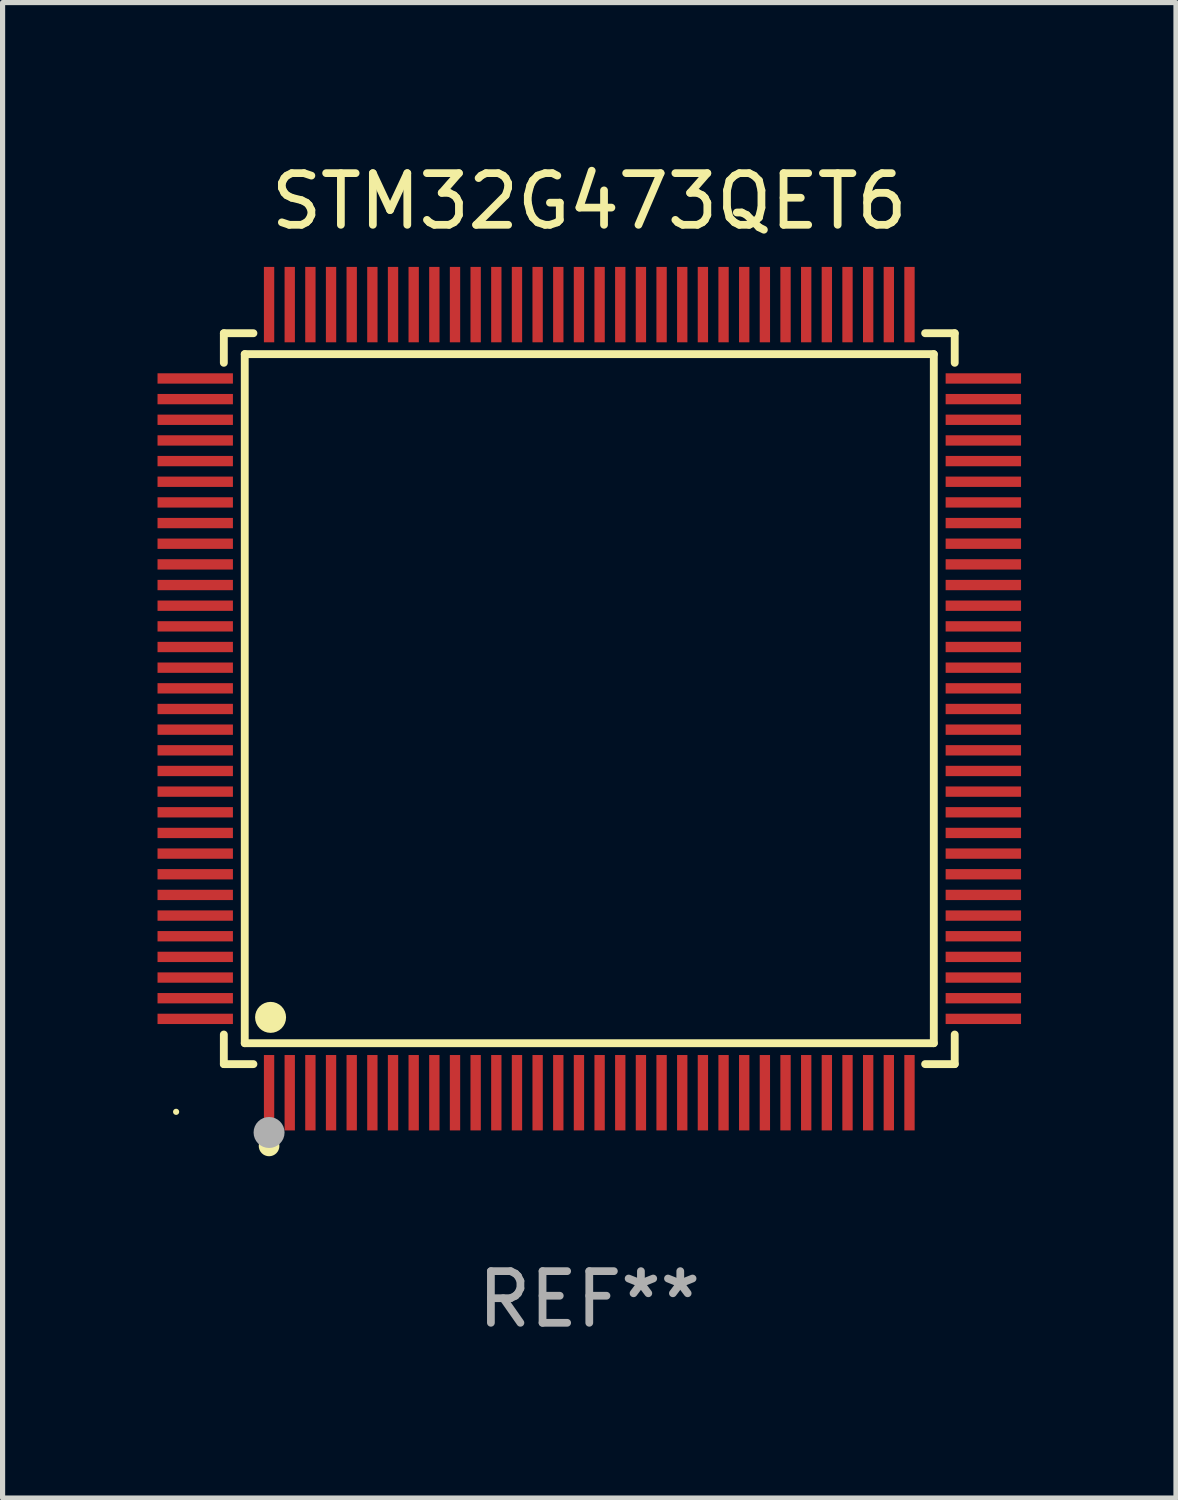
<source format=kicad_pcb>
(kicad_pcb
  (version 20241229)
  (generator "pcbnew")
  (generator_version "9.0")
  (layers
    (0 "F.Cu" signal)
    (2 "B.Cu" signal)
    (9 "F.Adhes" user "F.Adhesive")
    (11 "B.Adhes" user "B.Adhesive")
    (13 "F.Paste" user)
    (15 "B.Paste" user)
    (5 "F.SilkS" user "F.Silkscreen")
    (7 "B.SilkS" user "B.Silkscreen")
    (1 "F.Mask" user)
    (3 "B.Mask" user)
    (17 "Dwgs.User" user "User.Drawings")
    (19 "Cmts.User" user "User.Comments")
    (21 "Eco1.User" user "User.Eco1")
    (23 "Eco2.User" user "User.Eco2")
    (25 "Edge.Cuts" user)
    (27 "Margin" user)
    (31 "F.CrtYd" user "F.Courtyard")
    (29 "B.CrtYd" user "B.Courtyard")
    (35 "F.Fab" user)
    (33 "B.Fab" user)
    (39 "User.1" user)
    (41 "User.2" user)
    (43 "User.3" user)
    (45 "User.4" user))
  (footprint "STM32G473QET6"
    (layer "F.Cu")
    (at 8.36 10.478)
    (property "Reference" "STM32G473QET6" (at 0 -9.63 0) (layer "F.SilkS") (effects (font (size 1 1) (thickness 0.15))))
    (attr through_hole)
    (fp_line (start -7.076 -7.076) (end -6.503 -7.076) (stroke (width 0.152) (type solid)) (layer "F.SilkS"))
    (fp_line (start -7.076 -6.503) (end -7.076 -7.076) (stroke (width 0.152) (type solid)) (layer "F.SilkS"))
    (fp_line (start -7.076 6.503) (end -7.076 7.076) (stroke (width 0.152) (type solid)) (layer "F.SilkS"))
    (fp_line (start -7.076 7.076) (end -6.503 7.076) (stroke (width 0.152) (type solid)) (layer "F.SilkS"))
    (fp_line (start -6.671 -6.671) (end 6.671 -6.671) (stroke (width 0.152) (type solid)) (layer "F.SilkS"))
    (fp_line (start -6.671 6.671) (end -6.671 -6.671) (stroke (width 0.152) (type solid)) (layer "F.SilkS"))
    (fp_line (start 6.671 -6.671) (end 6.671 6.671) (stroke (width 0.152) (type solid)) (layer "F.SilkS"))
    (fp_line (start 6.671 6.671) (end -6.671 6.671) (stroke (width 0.152) (type solid)) (layer "F.SilkS"))
    (fp_line (start 7.076 -7.076) (end 6.503 -7.076) (stroke (width 0.152) (type solid)) (layer "F.SilkS"))
    (fp_line (start 7.076 -6.503) (end 7.076 -7.076) (stroke (width 0.152) (type solid)) (layer "F.SilkS"))
    (fp_line (start 7.076 6.503) (end 7.076 7.076) (stroke (width 0.152) (type solid)) (layer "F.SilkS"))
    (fp_line (start 7.076 7.076) (end 6.503 7.076) (stroke (width 0.152) (type solid)) (layer "F.SilkS"))
    (fp_circle (center -8 8) (end -7.97 8) (stroke (width 0.06) (type solid)) (fill no) (layer "F.SilkS"))
    (fp_circle (center -6.2 8.66) (end -6.1 8.66) (stroke (width 0.2) (type solid)) (fill no) (layer "F.SilkS"))
    (fp_circle (center -6.171 6.171) (end -6.021 6.171) (stroke (width 0.3) (type solid)) (fill no) (layer "F.SilkS"))
    (fp_circle (center -6.2 8.4) (end -6.05 8.4) (stroke (width 0.3) (type solid)) (fill no) (layer "F.Fab"))
    (fp_text user "REF**" (at 0 11.63 0) (layer "F.Fab") (effects (font (size 1 1) (thickness 0.15))))
    (pad "1" smd rect (at -6.2 7.63) (size 0.2 1.46) (layers "F.Cu" "F.Mask" "F.Paste"))
    (pad "2" smd rect (at -5.8 7.63) (size 0.2 1.46) (layers "F.Cu" "F.Mask" "F.Paste"))
    (pad "3" smd rect (at -5.4 7.63) (size 0.2 1.46) (layers "F.Cu" "F.Mask" "F.Paste"))
    (pad "4" smd rect (at -5 7.63) (size 0.2 1.46) (layers "F.Cu" "F.Mask" "F.Paste"))
    (pad "5" smd rect (at -4.6 7.63) (size 0.2 1.46) (layers "F.Cu" "F.Mask" "F.Paste"))
    (pad "6" smd rect (at -4.2 7.63) (size 0.2 1.46) (layers "F.Cu" "F.Mask" "F.Paste"))
    (pad "7" smd rect (at -3.8 7.63) (size 0.2 1.46) (layers "F.Cu" "F.Mask" "F.Paste"))
    (pad "8" smd rect (at -3.4 7.63) (size 0.2 1.46) (layers "F.Cu" "F.Mask" "F.Paste"))
    (pad "9" smd rect (at -3 7.63) (size 0.2 1.46) (layers "F.Cu" "F.Mask" "F.Paste"))
    (pad "10" smd rect (at -2.6 7.63) (size 0.2 1.46) (layers "F.Cu" "F.Mask" "F.Paste"))
    (pad "11" smd rect (at -2.2 7.63) (size 0.2 1.46) (layers "F.Cu" "F.Mask" "F.Paste"))
    (pad "12" smd rect (at -1.8 7.63) (size 0.2 1.46) (layers "F.Cu" "F.Mask" "F.Paste"))
    (pad "13" smd rect (at -1.4 7.63) (size 0.2 1.46) (layers "F.Cu" "F.Mask" "F.Paste"))
    (pad "14" smd rect (at -1 7.63) (size 0.2 1.46) (layers "F.Cu" "F.Mask" "F.Paste"))
    (pad "15" smd rect (at -0.6 7.63) (size 0.2 1.46) (layers "F.Cu" "F.Mask" "F.Paste"))
    (pad "16" smd rect (at -0.2 7.63) (size 0.2 1.46) (layers "F.Cu" "F.Mask" "F.Paste"))
    (pad "17" smd rect (at 0.2 7.63) (size 0.2 1.46) (layers "F.Cu" "F.Mask" "F.Paste"))
    (pad "18" smd rect (at 0.6 7.63) (size 0.2 1.46) (layers "F.Cu" "F.Mask" "F.Paste"))
    (pad "19" smd rect (at 1 7.63) (size 0.2 1.46) (layers "F.Cu" "F.Mask" "F.Paste"))
    (pad "20" smd rect (at 1.4 7.63) (size 0.2 1.46) (layers "F.Cu" "F.Mask" "F.Paste"))
    (pad "21" smd rect (at 1.8 7.63) (size 0.2 1.46) (layers "F.Cu" "F.Mask" "F.Paste"))
    (pad "22" smd rect (at 2.2 7.63) (size 0.2 1.46) (layers "F.Cu" "F.Mask" "F.Paste"))
    (pad "23" smd rect (at 2.6 7.63) (size 0.2 1.46) (layers "F.Cu" "F.Mask" "F.Paste"))
    (pad "24" smd rect (at 3 7.63) (size 0.2 1.46) (layers "F.Cu" "F.Mask" "F.Paste"))
    (pad "25" smd rect (at 3.4 7.63) (size 0.2 1.46) (layers "F.Cu" "F.Mask" "F.Paste"))
    (pad "26" smd rect (at 3.8 7.63) (size 0.2 1.46) (layers "F.Cu" "F.Mask" "F.Paste"))
    (pad "27" smd rect (at 4.2 7.63) (size 0.2 1.46) (layers "F.Cu" "F.Mask" "F.Paste"))
    (pad "28" smd rect (at 4.6 7.63) (size 0.2 1.46) (layers "F.Cu" "F.Mask" "F.Paste"))
    (pad "29" smd rect (at 5 7.63) (size 0.2 1.46) (layers "F.Cu" "F.Mask" "F.Paste"))
    (pad "30" smd rect (at 5.4 7.63) (size 0.2 1.46) (layers "F.Cu" "F.Mask" "F.Paste"))
    (pad "31" smd rect (at 5.8 7.63) (size 0.2 1.46) (layers "F.Cu" "F.Mask" "F.Paste"))
    (pad "32" smd rect (at 6.2 7.63) (size 0.2 1.46) (layers "F.Cu" "F.Mask" "F.Paste"))
    (pad "33" smd rect (at 7.63 6.2) (size 1.46 0.2) (layers "F.Cu" "F.Mask" "F.Paste"))
    (pad "34" smd rect (at 7.63 5.8) (size 1.46 0.2) (layers "F.Cu" "F.Mask" "F.Paste"))
    (pad "35" smd rect (at 7.63 5.4) (size 1.46 0.2) (layers "F.Cu" "F.Mask" "F.Paste"))
    (pad "36" smd rect (at 7.63 5) (size 1.46 0.2) (layers "F.Cu" "F.Mask" "F.Paste"))
    (pad "37" smd rect (at 7.63 4.6) (size 1.46 0.2) (layers "F.Cu" "F.Mask" "F.Paste"))
    (pad "38" smd rect (at 7.63 4.2) (size 1.46 0.2) (layers "F.Cu" "F.Mask" "F.Paste"))
    (pad "39" smd rect (at 7.63 3.8) (size 1.46 0.2) (layers "F.Cu" "F.Mask" "F.Paste"))
    (pad "40" smd rect (at 7.63 3.4) (size 1.46 0.2) (layers "F.Cu" "F.Mask" "F.Paste"))
    (pad "41" smd rect (at 7.63 3) (size 1.46 0.2) (layers "F.Cu" "F.Mask" "F.Paste"))
    (pad "42" smd rect (at 7.63 2.6) (size 1.46 0.2) (layers "F.Cu" "F.Mask" "F.Paste"))
    (pad "43" smd rect (at 7.63 2.2) (size 1.46 0.2) (layers "F.Cu" "F.Mask" "F.Paste"))
    (pad "44" smd rect (at 7.63 1.8) (size 1.46 0.2) (layers "F.Cu" "F.Mask" "F.Paste"))
    (pad "45" smd rect (at 7.63 1.4) (size 1.46 0.2) (layers "F.Cu" "F.Mask" "F.Paste"))
    (pad "46" smd rect (at 7.63 1) (size 1.46 0.2) (layers "F.Cu" "F.Mask" "F.Paste"))
    (pad "47" smd rect (at 7.63 0.6) (size 1.46 0.2) (layers "F.Cu" "F.Mask" "F.Paste"))
    (pad "48" smd rect (at 7.63 0.2) (size 1.46 0.2) (layers "F.Cu" "F.Mask" "F.Paste"))
    (pad "49" smd rect (at 7.63 -0.2) (size 1.46 0.2) (layers "F.Cu" "F.Mask" "F.Paste"))
    (pad "50" smd rect (at 7.63 -0.6) (size 1.46 0.2) (layers "F.Cu" "F.Mask" "F.Paste"))
    (pad "51" smd rect (at 7.63 -1) (size 1.46 0.2) (layers "F.Cu" "F.Mask" "F.Paste"))
    (pad "52" smd rect (at 7.63 -1.4) (size 1.46 0.2) (layers "F.Cu" "F.Mask" "F.Paste"))
    (pad "53" smd rect (at 7.63 -1.8) (size 1.46 0.2) (layers "F.Cu" "F.Mask" "F.Paste"))
    (pad "54" smd rect (at 7.63 -2.2) (size 1.46 0.2) (layers "F.Cu" "F.Mask" "F.Paste"))
    (pad "55" smd rect (at 7.63 -2.6) (size 1.46 0.2) (layers "F.Cu" "F.Mask" "F.Paste"))
    (pad "56" smd rect (at 7.63 -3) (size 1.46 0.2) (layers "F.Cu" "F.Mask" "F.Paste"))
    (pad "57" smd rect (at 7.63 -3.4) (size 1.46 0.2) (layers "F.Cu" "F.Mask" "F.Paste"))
    (pad "58" smd rect (at 7.63 -3.8) (size 1.46 0.2) (layers "F.Cu" "F.Mask" "F.Paste"))
    (pad "59" smd rect (at 7.63 -4.2) (size 1.46 0.2) (layers "F.Cu" "F.Mask" "F.Paste"))
    (pad "60" smd rect (at 7.63 -4.6) (size 1.46 0.2) (layers "F.Cu" "F.Mask" "F.Paste"))
    (pad "61" smd rect (at 7.63 -5) (size 1.46 0.2) (layers "F.Cu" "F.Mask" "F.Paste"))
    (pad "62" smd rect (at 7.63 -5.4) (size 1.46 0.2) (layers "F.Cu" "F.Mask" "F.Paste"))
    (pad "63" smd rect (at 7.63 -5.8) (size 1.46 0.2) (layers "F.Cu" "F.Mask" "F.Paste"))
    (pad "64" smd rect (at 7.63 -6.2) (size 1.46 0.2) (layers "F.Cu" "F.Mask" "F.Paste"))
    (pad "65" smd rect (at 6.2 -7.63) (size 0.2 1.46) (layers "F.Cu" "F.Mask" "F.Paste"))
    (pad "66" smd rect (at 5.8 -7.63) (size 0.2 1.46) (layers "F.Cu" "F.Mask" "F.Paste"))
    (pad "67" smd rect (at 5.4 -7.63) (size 0.2 1.46) (layers "F.Cu" "F.Mask" "F.Paste"))
    (pad "68" smd rect (at 5 -7.63) (size 0.2 1.46) (layers "F.Cu" "F.Mask" "F.Paste"))
    (pad "69" smd rect (at 4.6 -7.63) (size 0.2 1.46) (layers "F.Cu" "F.Mask" "F.Paste"))
    (pad "70" smd rect (at 4.2 -7.63) (size 0.2 1.46) (layers "F.Cu" "F.Mask" "F.Paste"))
    (pad "71" smd rect (at 3.8 -7.63) (size 0.2 1.46) (layers "F.Cu" "F.Mask" "F.Paste"))
    (pad "72" smd rect (at 3.4 -7.63) (size 0.2 1.46) (layers "F.Cu" "F.Mask" "F.Paste"))
    (pad "73" smd rect (at 3 -7.63) (size 0.2 1.46) (layers "F.Cu" "F.Mask" "F.Paste"))
    (pad "74" smd rect (at 2.6 -7.63) (size 0.2 1.46) (layers "F.Cu" "F.Mask" "F.Paste"))
    (pad "75" smd rect (at 2.2 -7.63) (size 0.2 1.46) (layers "F.Cu" "F.Mask" "F.Paste"))
    (pad "76" smd rect (at 1.8 -7.63) (size 0.2 1.46) (layers "F.Cu" "F.Mask" "F.Paste"))
    (pad "77" smd rect (at 1.4 -7.63) (size 0.2 1.46) (layers "F.Cu" "F.Mask" "F.Paste"))
    (pad "78" smd rect (at 1 -7.63) (size 0.2 1.46) (layers "F.Cu" "F.Mask" "F.Paste"))
    (pad "79" smd rect (at 0.6 -7.63) (size 0.2 1.46) (layers "F.Cu" "F.Mask" "F.Paste"))
    (pad "80" smd rect (at 0.2 -7.63) (size 0.2 1.46) (layers "F.Cu" "F.Mask" "F.Paste"))
    (pad "81" smd rect (at -0.2 -7.63) (size 0.2 1.46) (layers "F.Cu" "F.Mask" "F.Paste"))
    (pad "82" smd rect (at -0.6 -7.63) (size 0.2 1.46) (layers "F.Cu" "F.Mask" "F.Paste"))
    (pad "83" smd rect (at -1 -7.63) (size 0.2 1.46) (layers "F.Cu" "F.Mask" "F.Paste"))
    (pad "84" smd rect (at -1.4 -7.63) (size 0.2 1.46) (layers "F.Cu" "F.Mask" "F.Paste"))
    (pad "85" smd rect (at -1.8 -7.63) (size 0.2 1.46) (layers "F.Cu" "F.Mask" "F.Paste"))
    (pad "86" smd rect (at -2.2 -7.63) (size 0.2 1.46) (layers "F.Cu" "F.Mask" "F.Paste"))
    (pad "87" smd rect (at -2.6 -7.63) (size 0.2 1.46) (layers "F.Cu" "F.Mask" "F.Paste"))
    (pad "88" smd rect (at -3 -7.63) (size 0.2 1.46) (layers "F.Cu" "F.Mask" "F.Paste"))
    (pad "89" smd rect (at -3.4 -7.63) (size 0.2 1.46) (layers "F.Cu" "F.Mask" "F.Paste"))
    (pad "90" smd rect (at -3.8 -7.63) (size 0.2 1.46) (layers "F.Cu" "F.Mask" "F.Paste"))
    (pad "91" smd rect (at -4.2 -7.63) (size 0.2 1.46) (layers "F.Cu" "F.Mask" "F.Paste"))
    (pad "92" smd rect (at -4.6 -7.63) (size 0.2 1.46) (layers "F.Cu" "F.Mask" "F.Paste"))
    (pad "93" smd rect (at -5 -7.63) (size 0.2 1.46) (layers "F.Cu" "F.Mask" "F.Paste"))
    (pad "94" smd rect (at -5.4 -7.63) (size 0.2 1.46) (layers "F.Cu" "F.Mask" "F.Paste"))
    (pad "95" smd rect (at -5.8 -7.63) (size 0.2 1.46) (layers "F.Cu" "F.Mask" "F.Paste"))
    (pad "96" smd rect (at -6.2 -7.63) (size 0.2 1.46) (layers "F.Cu" "F.Mask" "F.Paste"))
    (pad "97" smd rect (at -7.63 -6.2) (size 1.46 0.2) (layers "F.Cu" "F.Mask" "F.Paste"))
    (pad "98" smd rect (at -7.63 -5.8) (size 1.46 0.2) (layers "F.Cu" "F.Mask" "F.Paste"))
    (pad "99" smd rect (at -7.63 -5.4) (size 1.46 0.2) (layers "F.Cu" "F.Mask" "F.Paste"))
    (pad "100" smd rect (at -7.63 -5) (size 1.46 0.2) (layers "F.Cu" "F.Mask" "F.Paste"))
    (pad "101" smd rect (at -7.63 -4.6) (size 1.46 0.2) (layers "F.Cu" "F.Mask" "F.Paste"))
    (pad "102" smd rect (at -7.63 -4.2) (size 1.46 0.2) (layers "F.Cu" "F.Mask" "F.Paste"))
    (pad "103" smd rect (at -7.63 -3.8) (size 1.46 0.2) (layers "F.Cu" "F.Mask" "F.Paste"))
    (pad "104" smd rect (at -7.63 -3.4) (size 1.46 0.2) (layers "F.Cu" "F.Mask" "F.Paste"))
    (pad "105" smd rect (at -7.63 -3) (size 1.46 0.2) (layers "F.Cu" "F.Mask" "F.Paste"))
    (pad "106" smd rect (at -7.63 -2.6) (size 1.46 0.2) (layers "F.Cu" "F.Mask" "F.Paste"))
    (pad "107" smd rect (at -7.63 -2.2) (size 1.46 0.2) (layers "F.Cu" "F.Mask" "F.Paste"))
    (pad "108" smd rect (at -7.63 -1.8) (size 1.46 0.2) (layers "F.Cu" "F.Mask" "F.Paste"))
    (pad "109" smd rect (at -7.63 -1.4) (size 1.46 0.2) (layers "F.Cu" "F.Mask" "F.Paste"))
    (pad "110" smd rect (at -7.63 -1) (size 1.46 0.2) (layers "F.Cu" "F.Mask" "F.Paste"))
    (pad "111" smd rect (at -7.63 -0.6) (size 1.46 0.2) (layers "F.Cu" "F.Mask" "F.Paste"))
    (pad "112" smd rect (at -7.63 -0.2) (size 1.46 0.2) (layers "F.Cu" "F.Mask" "F.Paste"))
    (pad "113" smd rect (at -7.63 0.2) (size 1.46 0.2) (layers "F.Cu" "F.Mask" "F.Paste"))
    (pad "114" smd rect (at -7.63 0.6) (size 1.46 0.2) (layers "F.Cu" "F.Mask" "F.Paste"))
    (pad "115" smd rect (at -7.63 1) (size 1.46 0.2) (layers "F.Cu" "F.Mask" "F.Paste"))
    (pad "116" smd rect (at -7.63 1.4) (size 1.46 0.2) (layers "F.Cu" "F.Mask" "F.Paste"))
    (pad "117" smd rect (at -7.63 1.8) (size 1.46 0.2) (layers "F.Cu" "F.Mask" "F.Paste"))
    (pad "118" smd rect (at -7.63 2.2) (size 1.46 0.2) (layers "F.Cu" "F.Mask" "F.Paste"))
    (pad "119" smd rect (at -7.63 2.6) (size 1.46 0.2) (layers "F.Cu" "F.Mask" "F.Paste"))
    (pad "120" smd rect (at -7.63 3) (size 1.46 0.2) (layers "F.Cu" "F.Mask" "F.Paste"))
    (pad "121" smd rect (at -7.63 3.4) (size 1.46 0.2) (layers "F.Cu" "F.Mask" "F.Paste"))
    (pad "122" smd rect (at -7.63 3.8) (size 1.46 0.2) (layers "F.Cu" "F.Mask" "F.Paste"))
    (pad "123" smd rect (at -7.63 4.2) (size 1.46 0.2) (layers "F.Cu" "F.Mask" "F.Paste"))
    (pad "124" smd rect (at -7.63 4.6) (size 1.46 0.2) (layers "F.Cu" "F.Mask" "F.Paste"))
    (pad "125" smd rect (at -7.63 5) (size 1.46 0.2) (layers "F.Cu" "F.Mask" "F.Paste"))
    (pad "126" smd rect (at -7.63 5.4) (size 1.46 0.2) (layers "F.Cu" "F.Mask" "F.Paste"))
    (pad "127" smd rect (at -7.63 5.8) (size 1.46 0.2) (layers "F.Cu" "F.Mask" "F.Paste"))
    (pad "128" smd rect (at -7.63 6.2) (size 1.46 0.2) (layers "F.Cu" "F.Mask" "F.Paste")))
  (gr_rect
    (start -3 -3)
    (end 19.72 25.956)
    (stroke (width 0.1) (type default))
    (fill no)
    (layer "Edge.Cuts")))
</source>
